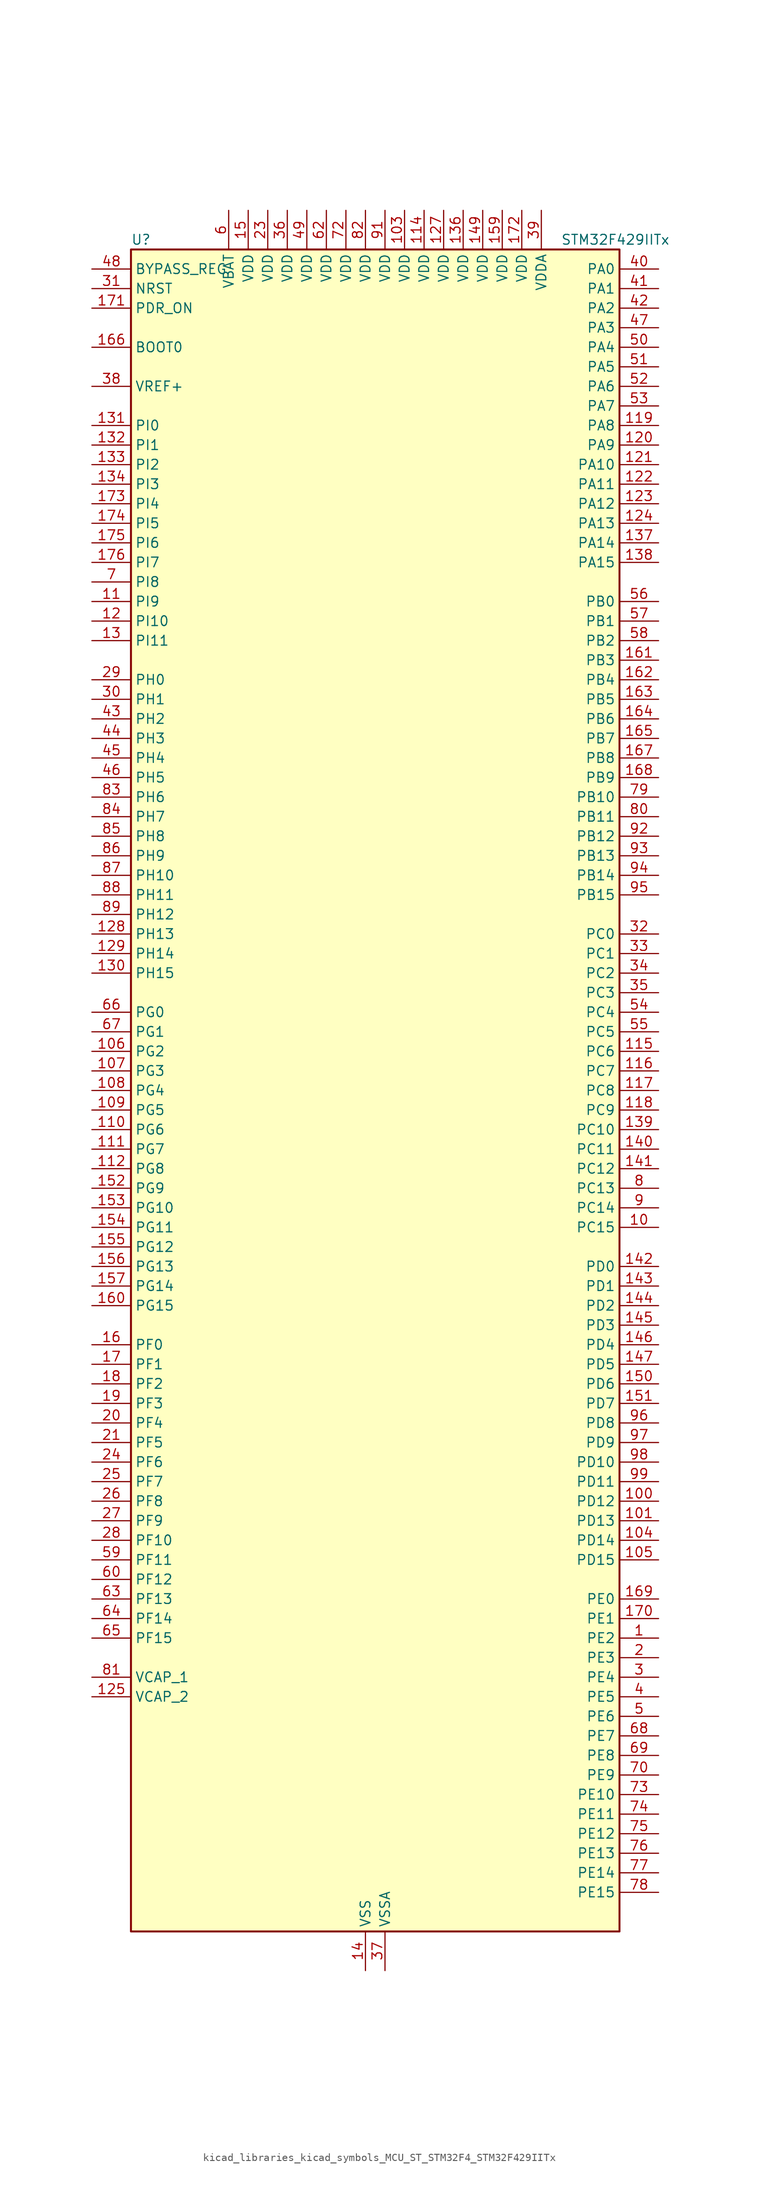
<source format=kicad_sym>
(kicad_symbol_lib
  (version 20220914)
  (generator kicad_symbol_editor)
  (symbol "kicad_libraries_kicad_symbols_MCU_ST_STM32F4_STM32F429IITx"
    (property "Reference" "U"
      (at -30.48 110.49 0)
      (effects (font (size 1.27 1.27)) (justify left)))
    (property "Value" "STM32F429IITx"
      (at 25.4 110.49 0)
      (effects (font (size 1.27 1.27)) (justify left)))
    (property "ki_locked" ""
      (at 0 0 0)
      (effects (font (size 1.27 1.27))))
    (symbol "kicad_libraries_kicad_symbols_MCU_ST_STM32F4_STM32F429IITx_0_1"
      (rectangle (start -30.48 -109.22) (end 33.02 109.22) (stroke (width 0.254) (type default)) (fill (type background))))
    (symbol "kicad_libraries_kicad_symbols_MCU_ST_STM32F4_STM32F429IITx_1_1"
      (pin bidirectional line (at 38.1 -71.12 180) (length 5.08) (name "PE2" (effects (font (size 1.27 1.27)))) (number "1" (effects (font (size 1.27 1.27)))) (alternate "ETH_TXD3" bidirectional line) (alternate "FMC_A23" bidirectional line) (alternate "SAI1_MCLK_A" bidirectional line) (alternate "SPI4_SCK" bidirectional line) (alternate "SYS_TRACECLK" bidirectional line))
      (pin bidirectional line (at 38.1 -17.78 180) (length 5.08) (name "PC15" (effects (font (size 1.27 1.27)))) (number "10" (effects (font (size 1.27 1.27)))) (alternate "ADC1_EXTI15" bidirectional line) (alternate "ADC2_EXTI15" bidirectional line) (alternate "ADC3_EXTI15" bidirectional line) (alternate "RCC_OSC32_OUT" bidirectional line))
      (pin bidirectional line (at 38.1 -53.34 180) (length 5.08) (name "PD12" (effects (font (size 1.27 1.27)))) (number "100" (effects (font (size 1.27 1.27)))) (alternate "FMC_A17" bidirectional line) (alternate "FMC_ALE" bidirectional line) (alternate "TIM4_CH1" bidirectional line) (alternate "USART3_RTS" bidirectional line))
      (pin bidirectional line (at 38.1 -55.88 180) (length 5.08) (name "PD13" (effects (font (size 1.27 1.27)))) (number "101" (effects (font (size 1.27 1.27)))) (alternate "FMC_A18" bidirectional line) (alternate "TIM4_CH2" bidirectional line))
      (pin passive line (at 0 -114.3 90) (length 5.08) hide (name "VSS" (effects (font (size 1.27 1.27)))) (number "102" (effects (font (size 1.27 1.27)))))
      (pin power_in line (at 5.08 114.3 270) (length 5.08) (name "VDD" (effects (font (size 1.27 1.27)))) (number "103" (effects (font (size 1.27 1.27)))))
      (pin bidirectional line (at 38.1 -58.42 180) (length 5.08) (name "PD14" (effects (font (size 1.27 1.27)))) (number "104" (effects (font (size 1.27 1.27)))) (alternate "FMC_D0" bidirectional line) (alternate "FMC_DA0" bidirectional line) (alternate "TIM4_CH3" bidirectional line))
      (pin bidirectional line (at 38.1 -60.96 180) (length 5.08) (name "PD15" (effects (font (size 1.27 1.27)))) (number "105" (effects (font (size 1.27 1.27)))) (alternate "ADC1_EXTI15" bidirectional line) (alternate "ADC2_EXTI15" bidirectional line) (alternate "ADC3_EXTI15" bidirectional line) (alternate "FMC_D1" bidirectional line) (alternate "FMC_DA1" bidirectional line) (alternate "TIM4_CH4" bidirectional line))
      (pin bidirectional line (at -35.56 5.08 0) (length 5.08) (name "PG2" (effects (font (size 1.27 1.27)))) (number "106" (effects (font (size 1.27 1.27)))) (alternate "FMC_A12" bidirectional line))
      (pin bidirectional line (at -35.56 2.54 0) (length 5.08) (name "PG3" (effects (font (size 1.27 1.27)))) (number "107" (effects (font (size 1.27 1.27)))) (alternate "FMC_A13" bidirectional line))
      (pin bidirectional line (at -35.56 0 0) (length 5.08) (name "PG4" (effects (font (size 1.27 1.27)))) (number "108" (effects (font (size 1.27 1.27)))) (alternate "FMC_A14" bidirectional line) (alternate "FMC_BA0" bidirectional line))
      (pin bidirectional line (at -35.56 -2.54 0) (length 5.08) (name "PG5" (effects (font (size 1.27 1.27)))) (number "109" (effects (font (size 1.27 1.27)))) (alternate "FMC_A15" bidirectional line) (alternate "FMC_BA1" bidirectional line))
      (pin bidirectional line (at -35.56 63.5 0) (length 5.08) (name "PI9" (effects (font (size 1.27 1.27)))) (number "11" (effects (font (size 1.27 1.27)))) (alternate "CAN1_RX" bidirectional line) (alternate "DAC_EXTI9" bidirectional line) (alternate "FMC_D30" bidirectional line) (alternate "LTDC_VSYNC" bidirectional line))
      (pin bidirectional line (at -35.56 -5.08 0) (length 5.08) (name "PG6" (effects (font (size 1.27 1.27)))) (number "110" (effects (font (size 1.27 1.27)))) (alternate "DCMI_D12" bidirectional line) (alternate "FMC_INT2" bidirectional line) (alternate "LTDC_R7" bidirectional line))
      (pin bidirectional line (at -35.56 -7.62 0) (length 5.08) (name "PG7" (effects (font (size 1.27 1.27)))) (number "111" (effects (font (size 1.27 1.27)))) (alternate "DCMI_D13" bidirectional line) (alternate "FMC_INT3" bidirectional line) (alternate "LTDC_CLK" bidirectional line) (alternate "USART6_CK" bidirectional line))
      (pin bidirectional line (at -35.56 -10.16 0) (length 5.08) (name "PG8" (effects (font (size 1.27 1.27)))) (number "112" (effects (font (size 1.27 1.27)))) (alternate "ETH_PPS_OUT" bidirectional line) (alternate "FMC_SDCLK" bidirectional line) (alternate "SPI6_NSS" bidirectional line) (alternate "USART6_RTS" bidirectional line))
      (pin passive line (at 0 -114.3 90) (length 5.08) hide (name "VSS" (effects (font (size 1.27 1.27)))) (number "113" (effects (font (size 1.27 1.27)))))
      (pin power_in line (at 7.62 114.3 270) (length 5.08) (name "VDD" (effects (font (size 1.27 1.27)))) (number "114" (effects (font (size 1.27 1.27)))))
      (pin bidirectional line (at 38.1 5.08 180) (length 5.08) (name "PC6" (effects (font (size 1.27 1.27)))) (number "115" (effects (font (size 1.27 1.27)))) (alternate "DCMI_D0" bidirectional line) (alternate "I2S2_MCK" bidirectional line) (alternate "LTDC_HSYNC" bidirectional line) (alternate "SDIO_D6" bidirectional line) (alternate "TIM3_CH1" bidirectional line) (alternate "TIM8_CH1" bidirectional line) (alternate "USART6_TX" bidirectional line))
      (pin bidirectional line (at 38.1 2.54 180) (length 5.08) (name "PC7" (effects (font (size 1.27 1.27)))) (number "116" (effects (font (size 1.27 1.27)))) (alternate "DCMI_D1" bidirectional line) (alternate "I2S3_MCK" bidirectional line) (alternate "LTDC_G6" bidirectional line) (alternate "SDIO_D7" bidirectional line) (alternate "TIM3_CH2" bidirectional line) (alternate "TIM8_CH2" bidirectional line) (alternate "USART6_RX" bidirectional line))
      (pin bidirectional line (at 38.1 0 180) (length 5.08) (name "PC8" (effects (font (size 1.27 1.27)))) (number "117" (effects (font (size 1.27 1.27)))) (alternate "DCMI_D2" bidirectional line) (alternate "SDIO_D0" bidirectional line) (alternate "TIM3_CH3" bidirectional line) (alternate "TIM8_CH3" bidirectional line) (alternate "USART6_CK" bidirectional line))
      (pin bidirectional line (at 38.1 -2.54 180) (length 5.08) (name "PC9" (effects (font (size 1.27 1.27)))) (number "118" (effects (font (size 1.27 1.27)))) (alternate "DAC_EXTI9" bidirectional line) (alternate "DCMI_D3" bidirectional line) (alternate "I2C3_SDA" bidirectional line) (alternate "I2S_CKIN" bidirectional line) (alternate "RCC_MCO_2" bidirectional line) (alternate "SDIO_D1" bidirectional line) (alternate "TIM3_CH4" bidirectional line) (alternate "TIM8_CH4" bidirectional line))
      (pin bidirectional line (at 38.1 86.36 180) (length 5.08) (name "PA8" (effects (font (size 1.27 1.27)))) (number "119" (effects (font (size 1.27 1.27)))) (alternate "I2C3_SCL" bidirectional line) (alternate "LTDC_R6" bidirectional line) (alternate "RCC_MCO_1" bidirectional line) (alternate "TIM1_CH1" bidirectional line) (alternate "USART1_CK" bidirectional line) (alternate "USB_OTG_FS_SOF" bidirectional line))
      (pin bidirectional line (at -35.56 60.96 0) (length 5.08) (name "PI10" (effects (font (size 1.27 1.27)))) (number "12" (effects (font (size 1.27 1.27)))) (alternate "ETH_RX_ER" bidirectional line) (alternate "FMC_D31" bidirectional line) (alternate "LTDC_HSYNC" bidirectional line))
      (pin bidirectional line (at 38.1 83.82 180) (length 5.08) (name "PA9" (effects (font (size 1.27 1.27)))) (number "120" (effects (font (size 1.27 1.27)))) (alternate "DAC_EXTI9" bidirectional line) (alternate "DCMI_D0" bidirectional line) (alternate "I2C3_SMBA" bidirectional line) (alternate "TIM1_CH2" bidirectional line) (alternate "USART1_TX" bidirectional line) (alternate "USB_OTG_FS_VBUS" bidirectional line))
      (pin bidirectional line (at 38.1 81.28 180) (length 5.08) (name "PA10" (effects (font (size 1.27 1.27)))) (number "121" (effects (font (size 1.27 1.27)))) (alternate "DCMI_D1" bidirectional line) (alternate "TIM1_CH3" bidirectional line) (alternate "USART1_RX" bidirectional line) (alternate "USB_OTG_FS_ID" bidirectional line))
      (pin bidirectional line (at 38.1 78.74 180) (length 5.08) (name "PA11" (effects (font (size 1.27 1.27)))) (number "122" (effects (font (size 1.27 1.27)))) (alternate "ADC1_EXTI11" bidirectional line) (alternate "ADC2_EXTI11" bidirectional line) (alternate "ADC3_EXTI11" bidirectional line) (alternate "CAN1_RX" bidirectional line) (alternate "LTDC_R4" bidirectional line) (alternate "TIM1_CH4" bidirectional line) (alternate "USART1_CTS" bidirectional line) (alternate "USB_OTG_FS_DM" bidirectional line))
      (pin bidirectional line (at 38.1 76.2 180) (length 5.08) (name "PA12" (effects (font (size 1.27 1.27)))) (number "123" (effects (font (size 1.27 1.27)))) (alternate "CAN1_TX" bidirectional line) (alternate "LTDC_R5" bidirectional line) (alternate "TIM1_ETR" bidirectional line) (alternate "USART1_RTS" bidirectional line) (alternate "USB_OTG_FS_DP" bidirectional line))
      (pin bidirectional line (at 38.1 73.66 180) (length 5.08) (name "PA13" (effects (font (size 1.27 1.27)))) (number "124" (effects (font (size 1.27 1.27)))) (alternate "SYS_JTMS-SWDIO" bidirectional line))
      (pin power_out line (at -35.56 -78.74 0) (length 5.08) (name "VCAP_2" (effects (font (size 1.27 1.27)))) (number "125" (effects (font (size 1.27 1.27)))))
      (pin passive line (at 0 -114.3 90) (length 5.08) hide (name "VSS" (effects (font (size 1.27 1.27)))) (number "126" (effects (font (size 1.27 1.27)))))
      (pin power_in line (at 10.16 114.3 270) (length 5.08) (name "VDD" (effects (font (size 1.27 1.27)))) (number "127" (effects (font (size 1.27 1.27)))))
      (pin bidirectional line (at -35.56 20.32 0) (length 5.08) (name "PH13" (effects (font (size 1.27 1.27)))) (number "128" (effects (font (size 1.27 1.27)))) (alternate "CAN1_TX" bidirectional line) (alternate "FMC_D21" bidirectional line) (alternate "LTDC_G2" bidirectional line) (alternate "TIM8_CH1N" bidirectional line))
      (pin bidirectional line (at -35.56 17.78 0) (length 5.08) (name "PH14" (effects (font (size 1.27 1.27)))) (number "129" (effects (font (size 1.27 1.27)))) (alternate "DCMI_D4" bidirectional line) (alternate "FMC_D22" bidirectional line) (alternate "LTDC_G3" bidirectional line) (alternate "TIM8_CH2N" bidirectional line))
      (pin bidirectional line (at -35.56 58.42 0) (length 5.08) (name "PI11" (effects (font (size 1.27 1.27)))) (number "13" (effects (font (size 1.27 1.27)))) (alternate "ADC1_EXTI11" bidirectional line) (alternate "ADC2_EXTI11" bidirectional line) (alternate "ADC3_EXTI11" bidirectional line) (alternate "USB_OTG_HS_ULPI_DIR" bidirectional line))
      (pin bidirectional line (at -35.56 15.24 0) (length 5.08) (name "PH15" (effects (font (size 1.27 1.27)))) (number "130" (effects (font (size 1.27 1.27)))) (alternate "ADC1_EXTI15" bidirectional line) (alternate "ADC2_EXTI15" bidirectional line) (alternate "ADC3_EXTI15" bidirectional line) (alternate "DCMI_D11" bidirectional line) (alternate "FMC_D23" bidirectional line) (alternate "LTDC_G4" bidirectional line) (alternate "TIM8_CH3N" bidirectional line))
      (pin bidirectional line (at -35.56 86.36 0) (length 5.08) (name "PI0" (effects (font (size 1.27 1.27)))) (number "131" (effects (font (size 1.27 1.27)))) (alternate "DCMI_D13" bidirectional line) (alternate "FMC_D24" bidirectional line) (alternate "I2S2_WS" bidirectional line) (alternate "LTDC_G5" bidirectional line) (alternate "SPI2_NSS" bidirectional line) (alternate "TIM5_CH4" bidirectional line))
      (pin bidirectional line (at -35.56 83.82 0) (length 5.08) (name "PI1" (effects (font (size 1.27 1.27)))) (number "132" (effects (font (size 1.27 1.27)))) (alternate "DCMI_D8" bidirectional line) (alternate "FMC_D25" bidirectional line) (alternate "I2S2_CK" bidirectional line) (alternate "LTDC_G6" bidirectional line) (alternate "SPI2_SCK" bidirectional line))
      (pin bidirectional line (at -35.56 81.28 0) (length 5.08) (name "PI2" (effects (font (size 1.27 1.27)))) (number "133" (effects (font (size 1.27 1.27)))) (alternate "DCMI_D9" bidirectional line) (alternate "FMC_D26" bidirectional line) (alternate "I2S2_ext_SD" bidirectional line) (alternate "LTDC_G7" bidirectional line) (alternate "SPI2_MISO" bidirectional line) (alternate "TIM8_CH4" bidirectional line))
      (pin bidirectional line (at -35.56 78.74 0) (length 5.08) (name "PI3" (effects (font (size 1.27 1.27)))) (number "134" (effects (font (size 1.27 1.27)))) (alternate "DCMI_D10" bidirectional line) (alternate "FMC_D27" bidirectional line) (alternate "I2S2_SD" bidirectional line) (alternate "SPI2_MOSI" bidirectional line) (alternate "TIM8_ETR" bidirectional line))
      (pin passive line (at 0 -114.3 90) (length 5.08) hide (name "VSS" (effects (font (size 1.27 1.27)))) (number "135" (effects (font (size 1.27 1.27)))))
      (pin power_in line (at 12.7 114.3 270) (length 5.08) (name "VDD" (effects (font (size 1.27 1.27)))) (number "136" (effects (font (size 1.27 1.27)))))
      (pin bidirectional line (at 38.1 71.12 180) (length 5.08) (name "PA14" (effects (font (size 1.27 1.27)))) (number "137" (effects (font (size 1.27 1.27)))) (alternate "SYS_JTCK-SWCLK" bidirectional line))
      (pin bidirectional line (at 38.1 68.58 180) (length 5.08) (name "PA15" (effects (font (size 1.27 1.27)))) (number "138" (effects (font (size 1.27 1.27)))) (alternate "ADC1_EXTI15" bidirectional line) (alternate "ADC2_EXTI15" bidirectional line) (alternate "ADC3_EXTI15" bidirectional line) (alternate "I2S3_WS" bidirectional line) (alternate "SPI1_NSS" bidirectional line) (alternate "SPI3_NSS" bidirectional line) (alternate "SYS_JTDI" bidirectional line) (alternate "TIM2_CH1" bidirectional line) (alternate "TIM2_ETR" bidirectional line))
      (pin bidirectional line (at 38.1 -5.08 180) (length 5.08) (name "PC10" (effects (font (size 1.27 1.27)))) (number "139" (effects (font (size 1.27 1.27)))) (alternate "DCMI_D8" bidirectional line) (alternate "I2S3_CK" bidirectional line) (alternate "LTDC_R2" bidirectional line) (alternate "SDIO_D2" bidirectional line) (alternate "SPI3_SCK" bidirectional line) (alternate "UART4_TX" bidirectional line) (alternate "USART3_TX" bidirectional line))
      (pin power_in line (at 0 -114.3 90) (length 5.08) (name "VSS" (effects (font (size 1.27 1.27)))) (number "14" (effects (font (size 1.27 1.27)))))
      (pin bidirectional line (at 38.1 -7.62 180) (length 5.08) (name "PC11" (effects (font (size 1.27 1.27)))) (number "140" (effects (font (size 1.27 1.27)))) (alternate "ADC1_EXTI11" bidirectional line) (alternate "ADC2_EXTI11" bidirectional line) (alternate "ADC3_EXTI11" bidirectional line) (alternate "DCMI_D4" bidirectional line) (alternate "I2S3_ext_SD" bidirectional line) (alternate "SDIO_D3" bidirectional line) (alternate "SPI3_MISO" bidirectional line) (alternate "UART4_RX" bidirectional line) (alternate "USART3_RX" bidirectional line))
      (pin bidirectional line (at 38.1 -10.16 180) (length 5.08) (name "PC12" (effects (font (size 1.27 1.27)))) (number "141" (effects (font (size 1.27 1.27)))) (alternate "DCMI_D9" bidirectional line) (alternate "I2S3_SD" bidirectional line) (alternate "SDIO_CK" bidirectional line) (alternate "SPI3_MOSI" bidirectional line) (alternate "UART5_TX" bidirectional line) (alternate "USART3_CK" bidirectional line))
      (pin bidirectional line (at 38.1 -22.86 180) (length 5.08) (name "PD0" (effects (font (size 1.27 1.27)))) (number "142" (effects (font (size 1.27 1.27)))) (alternate "CAN1_RX" bidirectional line) (alternate "FMC_D2" bidirectional line) (alternate "FMC_DA2" bidirectional line))
      (pin bidirectional line (at 38.1 -25.4 180) (length 5.08) (name "PD1" (effects (font (size 1.27 1.27)))) (number "143" (effects (font (size 1.27 1.27)))) (alternate "CAN1_TX" bidirectional line) (alternate "FMC_D3" bidirectional line) (alternate "FMC_DA3" bidirectional line))
      (pin bidirectional line (at 38.1 -27.94 180) (length 5.08) (name "PD2" (effects (font (size 1.27 1.27)))) (number "144" (effects (font (size 1.27 1.27)))) (alternate "DCMI_D11" bidirectional line) (alternate "SDIO_CMD" bidirectional line) (alternate "TIM3_ETR" bidirectional line) (alternate "UART5_RX" bidirectional line))
      (pin bidirectional line (at 38.1 -30.48 180) (length 5.08) (name "PD3" (effects (font (size 1.27 1.27)))) (number "145" (effects (font (size 1.27 1.27)))) (alternate "DCMI_D5" bidirectional line) (alternate "FMC_CLK" bidirectional line) (alternate "I2S2_CK" bidirectional line) (alternate "LTDC_G7" bidirectional line) (alternate "SPI2_SCK" bidirectional line) (alternate "USART2_CTS" bidirectional line))
      (pin bidirectional line (at 38.1 -33.02 180) (length 5.08) (name "PD4" (effects (font (size 1.27 1.27)))) (number "146" (effects (font (size 1.27 1.27)))) (alternate "FMC_NOE" bidirectional line) (alternate "USART2_RTS" bidirectional line))
      (pin bidirectional line (at 38.1 -35.56 180) (length 5.08) (name "PD5" (effects (font (size 1.27 1.27)))) (number "147" (effects (font (size 1.27 1.27)))) (alternate "FMC_NWE" bidirectional line) (alternate "USART2_TX" bidirectional line))
      (pin passive line (at 0 -114.3 90) (length 5.08) hide (name "VSS" (effects (font (size 1.27 1.27)))) (number "148" (effects (font (size 1.27 1.27)))))
      (pin power_in line (at 15.24 114.3 270) (length 5.08) (name "VDD" (effects (font (size 1.27 1.27)))) (number "149" (effects (font (size 1.27 1.27)))))
      (pin power_in line (at -15.24 114.3 270) (length 5.08) (name "VDD" (effects (font (size 1.27 1.27)))) (number "15" (effects (font (size 1.27 1.27)))))
      (pin bidirectional line (at 38.1 -38.1 180) (length 5.08) (name "PD6" (effects (font (size 1.27 1.27)))) (number "150" (effects (font (size 1.27 1.27)))) (alternate "DCMI_D10" bidirectional line) (alternate "FMC_NWAIT" bidirectional line) (alternate "I2S3_SD" bidirectional line) (alternate "LTDC_B2" bidirectional line) (alternate "SAI1_SD_A" bidirectional line) (alternate "SPI3_MOSI" bidirectional line) (alternate "USART2_RX" bidirectional line))
      (pin bidirectional line (at 38.1 -40.64 180) (length 5.08) (name "PD7" (effects (font (size 1.27 1.27)))) (number "151" (effects (font (size 1.27 1.27)))) (alternate "FMC_NCE2" bidirectional line) (alternate "FMC_NE1" bidirectional line) (alternate "USART2_CK" bidirectional line))
      (pin bidirectional line (at -35.56 -12.7 0) (length 5.08) (name "PG9" (effects (font (size 1.27 1.27)))) (number "152" (effects (font (size 1.27 1.27)))) (alternate "DAC_EXTI9" bidirectional line) (alternate "DCMI_VSYNC" bidirectional line) (alternate "FMC_NCE3" bidirectional line) (alternate "FMC_NE2" bidirectional line) (alternate "USART6_RX" bidirectional line))
      (pin bidirectional line (at -35.56 -15.24 0) (length 5.08) (name "PG10" (effects (font (size 1.27 1.27)))) (number "153" (effects (font (size 1.27 1.27)))) (alternate "DCMI_D2" bidirectional line) (alternate "FMC_NCE4_1" bidirectional line) (alternate "FMC_NE3" bidirectional line) (alternate "LTDC_B2" bidirectional line) (alternate "LTDC_G3" bidirectional line))
      (pin bidirectional line (at -35.56 -17.78 0) (length 5.08) (name "PG11" (effects (font (size 1.27 1.27)))) (number "154" (effects (font (size 1.27 1.27)))) (alternate "ADC1_EXTI11" bidirectional line) (alternate "ADC2_EXTI11" bidirectional line) (alternate "ADC3_EXTI11" bidirectional line) (alternate "DCMI_D3" bidirectional line) (alternate "ETH_TX_EN" bidirectional line) (alternate "FMC_NCE4_2" bidirectional line) (alternate "LTDC_B3" bidirectional line))
      (pin bidirectional line (at -35.56 -20.32 0) (length 5.08) (name "PG12" (effects (font (size 1.27 1.27)))) (number "155" (effects (font (size 1.27 1.27)))) (alternate "FMC_NE4" bidirectional line) (alternate "LTDC_B1" bidirectional line) (alternate "LTDC_B4" bidirectional line) (alternate "SPI6_MISO" bidirectional line) (alternate "USART6_RTS" bidirectional line))
      (pin bidirectional line (at -35.56 -22.86 0) (length 5.08) (name "PG13" (effects (font (size 1.27 1.27)))) (number "156" (effects (font (size 1.27 1.27)))) (alternate "ETH_TXD0" bidirectional line) (alternate "FMC_A24" bidirectional line) (alternate "SPI6_SCK" bidirectional line) (alternate "USART6_CTS" bidirectional line))
      (pin bidirectional line (at -35.56 -25.4 0) (length 5.08) (name "PG14" (effects (font (size 1.27 1.27)))) (number "157" (effects (font (size 1.27 1.27)))) (alternate "ETH_TXD1" bidirectional line) (alternate "FMC_A25" bidirectional line) (alternate "SPI6_MOSI" bidirectional line) (alternate "USART6_TX" bidirectional line))
      (pin passive line (at 0 -114.3 90) (length 5.08) hide (name "VSS" (effects (font (size 1.27 1.27)))) (number "158" (effects (font (size 1.27 1.27)))))
      (pin power_in line (at 17.78 114.3 270) (length 5.08) (name "VDD" (effects (font (size 1.27 1.27)))) (number "159" (effects (font (size 1.27 1.27)))))
      (pin bidirectional line (at -35.56 -33.02 0) (length 5.08) (name "PF0" (effects (font (size 1.27 1.27)))) (number "16" (effects (font (size 1.27 1.27)))) (alternate "FMC_A0" bidirectional line) (alternate "I2C2_SDA" bidirectional line))
      (pin bidirectional line (at -35.56 -27.94 0) (length 5.08) (name "PG15" (effects (font (size 1.27 1.27)))) (number "160" (effects (font (size 1.27 1.27)))) (alternate "ADC1_EXTI15" bidirectional line) (alternate "ADC2_EXTI15" bidirectional line) (alternate "ADC3_EXTI15" bidirectional line) (alternate "DCMI_D13" bidirectional line) (alternate "FMC_SDNCAS" bidirectional line) (alternate "USART6_CTS" bidirectional line))
      (pin bidirectional line (at 38.1 55.88 180) (length 5.08) (name "PB3" (effects (font (size 1.27 1.27)))) (number "161" (effects (font (size 1.27 1.27)))) (alternate "I2S3_CK" bidirectional line) (alternate "SPI1_SCK" bidirectional line) (alternate "SPI3_SCK" bidirectional line) (alternate "SYS_JTDO-SWO" bidirectional line) (alternate "TIM2_CH2" bidirectional line))
      (pin bidirectional line (at 38.1 53.34 180) (length 5.08) (name "PB4" (effects (font (size 1.27 1.27)))) (number "162" (effects (font (size 1.27 1.27)))) (alternate "I2S3_ext_SD" bidirectional line) (alternate "SPI1_MISO" bidirectional line) (alternate "SPI3_MISO" bidirectional line) (alternate "SYS_JTRST" bidirectional line) (alternate "TIM3_CH1" bidirectional line))
      (pin bidirectional line (at 38.1 50.8 180) (length 5.08) (name "PB5" (effects (font (size 1.27 1.27)))) (number "163" (effects (font (size 1.27 1.27)))) (alternate "CAN2_RX" bidirectional line) (alternate "DCMI_D10" bidirectional line) (alternate "ETH_PPS_OUT" bidirectional line) (alternate "FMC_SDCKE1" bidirectional line) (alternate "I2C1_SMBA" bidirectional line) (alternate "I2S3_SD" bidirectional line) (alternate "SPI1_MOSI" bidirectional line) (alternate "SPI3_MOSI" bidirectional line) (alternate "TIM3_CH2" bidirectional line) (alternate "USB_OTG_HS_ULPI_D7" bidirectional line))
      (pin bidirectional line (at 38.1 48.26 180) (length 5.08) (name "PB6" (effects (font (size 1.27 1.27)))) (number "164" (effects (font (size 1.27 1.27)))) (alternate "CAN2_TX" bidirectional line) (alternate "DCMI_D5" bidirectional line) (alternate "FMC_SDNE1" bidirectional line) (alternate "I2C1_SCL" bidirectional line) (alternate "TIM4_CH1" bidirectional line) (alternate "USART1_TX" bidirectional line))
      (pin bidirectional line (at 38.1 45.72 180) (length 5.08) (name "PB7" (effects (font (size 1.27 1.27)))) (number "165" (effects (font (size 1.27 1.27)))) (alternate "DCMI_VSYNC" bidirectional line) (alternate "FMC_NL" bidirectional line) (alternate "I2C1_SDA" bidirectional line) (alternate "TIM4_CH2" bidirectional line) (alternate "USART1_RX" bidirectional line))
      (pin input line (at -35.56 96.52 0) (length 5.08) (name "BOOT0" (effects (font (size 1.27 1.27)))) (number "166" (effects (font (size 1.27 1.27)))))
      (pin bidirectional line (at 38.1 43.18 180) (length 5.08) (name "PB8" (effects (font (size 1.27 1.27)))) (number "167" (effects (font (size 1.27 1.27)))) (alternate "CAN1_RX" bidirectional line) (alternate "DCMI_D6" bidirectional line) (alternate "ETH_TXD3" bidirectional line) (alternate "I2C1_SCL" bidirectional line) (alternate "LTDC_B6" bidirectional line) (alternate "SDIO_D4" bidirectional line) (alternate "TIM10_CH1" bidirectional line) (alternate "TIM4_CH3" bidirectional line))
      (pin bidirectional line (at 38.1 40.64 180) (length 5.08) (name "PB9" (effects (font (size 1.27 1.27)))) (number "168" (effects (font (size 1.27 1.27)))) (alternate "CAN1_TX" bidirectional line) (alternate "DAC_EXTI9" bidirectional line) (alternate "DCMI_D7" bidirectional line) (alternate "I2C1_SDA" bidirectional line) (alternate "I2S2_WS" bidirectional line) (alternate "LTDC_B7" bidirectional line) (alternate "SDIO_D5" bidirectional line) (alternate "SPI2_NSS" bidirectional line) (alternate "TIM11_CH1" bidirectional line) (alternate "TIM4_CH4" bidirectional line))
      (pin bidirectional line (at 38.1 -66.04 180) (length 5.08) (name "PE0" (effects (font (size 1.27 1.27)))) (number "169" (effects (font (size 1.27 1.27)))) (alternate "DCMI_D2" bidirectional line) (alternate "FMC_NBL0" bidirectional line) (alternate "TIM4_ETR" bidirectional line) (alternate "UART8_RX" bidirectional line))
      (pin bidirectional line (at -35.56 -35.56 0) (length 5.08) (name "PF1" (effects (font (size 1.27 1.27)))) (number "17" (effects (font (size 1.27 1.27)))) (alternate "FMC_A1" bidirectional line) (alternate "I2C2_SCL" bidirectional line))
      (pin bidirectional line (at 38.1 -68.58 180) (length 5.08) (name "PE1" (effects (font (size 1.27 1.27)))) (number "170" (effects (font (size 1.27 1.27)))) (alternate "DCMI_D3" bidirectional line) (alternate "FMC_NBL1" bidirectional line) (alternate "UART8_TX" bidirectional line))
      (pin input line (at -35.56 101.6 0) (length 5.08) (name "PDR_ON" (effects (font (size 1.27 1.27)))) (number "171" (effects (font (size 1.27 1.27)))))
      (pin power_in line (at 20.32 114.3 270) (length 5.08) (name "VDD" (effects (font (size 1.27 1.27)))) (number "172" (effects (font (size 1.27 1.27)))))
      (pin bidirectional line (at -35.56 76.2 0) (length 5.08) (name "PI4" (effects (font (size 1.27 1.27)))) (number "173" (effects (font (size 1.27 1.27)))) (alternate "DCMI_D5" bidirectional line) (alternate "FMC_NBL2" bidirectional line) (alternate "LTDC_B4" bidirectional line) (alternate "TIM8_BKIN" bidirectional line))
      (pin bidirectional line (at -35.56 73.66 0) (length 5.08) (name "PI5" (effects (font (size 1.27 1.27)))) (number "174" (effects (font (size 1.27 1.27)))) (alternate "DCMI_VSYNC" bidirectional line) (alternate "FMC_NBL3" bidirectional line) (alternate "LTDC_B5" bidirectional line) (alternate "TIM8_CH1" bidirectional line))
      (pin bidirectional line (at -35.56 71.12 0) (length 5.08) (name "PI6" (effects (font (size 1.27 1.27)))) (number "175" (effects (font (size 1.27 1.27)))) (alternate "DCMI_D6" bidirectional line) (alternate "FMC_D28" bidirectional line) (alternate "LTDC_B6" bidirectional line) (alternate "TIM8_CH2" bidirectional line))
      (pin bidirectional line (at -35.56 68.58 0) (length 5.08) (name "PI7" (effects (font (size 1.27 1.27)))) (number "176" (effects (font (size 1.27 1.27)))) (alternate "DCMI_D7" bidirectional line) (alternate "FMC_D29" bidirectional line) (alternate "LTDC_B7" bidirectional line) (alternate "TIM8_CH3" bidirectional line))
      (pin bidirectional line (at -35.56 -38.1 0) (length 5.08) (name "PF2" (effects (font (size 1.27 1.27)))) (number "18" (effects (font (size 1.27 1.27)))) (alternate "FMC_A2" bidirectional line) (alternate "I2C2_SMBA" bidirectional line))
      (pin bidirectional line (at -35.56 -40.64 0) (length 5.08) (name "PF3" (effects (font (size 1.27 1.27)))) (number "19" (effects (font (size 1.27 1.27)))) (alternate "ADC3_IN9" bidirectional line) (alternate "FMC_A3" bidirectional line))
      (pin bidirectional line (at 38.1 -73.66 180) (length 5.08) (name "PE3" (effects (font (size 1.27 1.27)))) (number "2" (effects (font (size 1.27 1.27)))) (alternate "FMC_A19" bidirectional line) (alternate "SAI1_SD_B" bidirectional line) (alternate "SYS_TRACED0" bidirectional line))
      (pin bidirectional line (at -35.56 -43.18 0) (length 5.08) (name "PF4" (effects (font (size 1.27 1.27)))) (number "20" (effects (font (size 1.27 1.27)))) (alternate "ADC3_IN14" bidirectional line) (alternate "FMC_A4" bidirectional line))
      (pin bidirectional line (at -35.56 -45.72 0) (length 5.08) (name "PF5" (effects (font (size 1.27 1.27)))) (number "21" (effects (font (size 1.27 1.27)))) (alternate "ADC3_IN15" bidirectional line) (alternate "FMC_A5" bidirectional line))
      (pin passive line (at 0 -114.3 90) (length 5.08) hide (name "VSS" (effects (font (size 1.27 1.27)))) (number "22" (effects (font (size 1.27 1.27)))))
      (pin power_in line (at -12.7 114.3 270) (length 5.08) (name "VDD" (effects (font (size 1.27 1.27)))) (number "23" (effects (font (size 1.27 1.27)))))
      (pin bidirectional line (at -35.56 -48.26 0) (length 5.08) (name "PF6" (effects (font (size 1.27 1.27)))) (number "24" (effects (font (size 1.27 1.27)))) (alternate "ADC3_IN4" bidirectional line) (alternate "FMC_NIORD" bidirectional line) (alternate "SAI1_SD_B" bidirectional line) (alternate "SPI5_NSS" bidirectional line) (alternate "TIM10_CH1" bidirectional line) (alternate "UART7_RX" bidirectional line))
      (pin bidirectional line (at -35.56 -50.8 0) (length 5.08) (name "PF7" (effects (font (size 1.27 1.27)))) (number "25" (effects (font (size 1.27 1.27)))) (alternate "ADC3_IN5" bidirectional line) (alternate "FMC_NREG" bidirectional line) (alternate "SAI1_MCLK_B" bidirectional line) (alternate "SPI5_SCK" bidirectional line) (alternate "TIM11_CH1" bidirectional line) (alternate "UART7_TX" bidirectional line))
      (pin bidirectional line (at -35.56 -53.34 0) (length 5.08) (name "PF8" (effects (font (size 1.27 1.27)))) (number "26" (effects (font (size 1.27 1.27)))) (alternate "ADC3_IN6" bidirectional line) (alternate "FMC_NIOWR" bidirectional line) (alternate "SAI1_SCK_B" bidirectional line) (alternate "SPI5_MISO" bidirectional line) (alternate "TIM13_CH1" bidirectional line))
      (pin bidirectional line (at -35.56 -55.88 0) (length 5.08) (name "PF9" (effects (font (size 1.27 1.27)))) (number "27" (effects (font (size 1.27 1.27)))) (alternate "ADC3_IN7" bidirectional line) (alternate "DAC_EXTI9" bidirectional line) (alternate "FMC_CD" bidirectional line) (alternate "SAI1_FS_B" bidirectional line) (alternate "SPI5_MOSI" bidirectional line) (alternate "TIM14_CH1" bidirectional line))
      (pin bidirectional line (at -35.56 -58.42 0) (length 5.08) (name "PF10" (effects (font (size 1.27 1.27)))) (number "28" (effects (font (size 1.27 1.27)))) (alternate "ADC3_IN8" bidirectional line) (alternate "DCMI_D11" bidirectional line) (alternate "FMC_INTR" bidirectional line) (alternate "LTDC_DE" bidirectional line))
      (pin bidirectional line (at -35.56 53.34 0) (length 5.08) (name "PH0" (effects (font (size 1.27 1.27)))) (number "29" (effects (font (size 1.27 1.27)))) (alternate "RCC_OSC_IN" bidirectional line))
      (pin bidirectional line (at 38.1 -76.2 180) (length 5.08) (name "PE4" (effects (font (size 1.27 1.27)))) (number "3" (effects (font (size 1.27 1.27)))) (alternate "DCMI_D4" bidirectional line) (alternate "FMC_A20" bidirectional line) (alternate "LTDC_B0" bidirectional line) (alternate "SAI1_FS_A" bidirectional line) (alternate "SPI4_NSS" bidirectional line) (alternate "SYS_TRACED1" bidirectional line))
      (pin bidirectional line (at -35.56 50.8 0) (length 5.08) (name "PH1" (effects (font (size 1.27 1.27)))) (number "30" (effects (font (size 1.27 1.27)))) (alternate "RCC_OSC_OUT" bidirectional line))
      (pin input line (at -35.56 104.14 0) (length 5.08) (name "NRST" (effects (font (size 1.27 1.27)))) (number "31" (effects (font (size 1.27 1.27)))))
      (pin bidirectional line (at 38.1 20.32 180) (length 5.08) (name "PC0" (effects (font (size 1.27 1.27)))) (number "32" (effects (font (size 1.27 1.27)))) (alternate "ADC1_IN10" bidirectional line) (alternate "ADC2_IN10" bidirectional line) (alternate "ADC3_IN10" bidirectional line) (alternate "FMC_SDNWE" bidirectional line) (alternate "USB_OTG_HS_ULPI_STP" bidirectional line))
      (pin bidirectional line (at 38.1 17.78 180) (length 5.08) (name "PC1" (effects (font (size 1.27 1.27)))) (number "33" (effects (font (size 1.27 1.27)))) (alternate "ADC1_IN11" bidirectional line) (alternate "ADC2_IN11" bidirectional line) (alternate "ADC3_IN11" bidirectional line) (alternate "ETH_MDC" bidirectional line))
      (pin bidirectional line (at 38.1 15.24 180) (length 5.08) (name "PC2" (effects (font (size 1.27 1.27)))) (number "34" (effects (font (size 1.27 1.27)))) (alternate "ADC1_IN12" bidirectional line) (alternate "ADC2_IN12" bidirectional line) (alternate "ADC3_IN12" bidirectional line) (alternate "ETH_TXD2" bidirectional line) (alternate "FMC_SDNE0" bidirectional line) (alternate "I2S2_ext_SD" bidirectional line) (alternate "SPI2_MISO" bidirectional line) (alternate "USB_OTG_HS_ULPI_DIR" bidirectional line))
      (pin bidirectional line (at 38.1 12.7 180) (length 5.08) (name "PC3" (effects (font (size 1.27 1.27)))) (number "35" (effects (font (size 1.27 1.27)))) (alternate "ADC1_IN13" bidirectional line) (alternate "ADC2_IN13" bidirectional line) (alternate "ADC3_IN13" bidirectional line) (alternate "ETH_TX_CLK" bidirectional line) (alternate "FMC_SDCKE0" bidirectional line) (alternate "I2S2_SD" bidirectional line) (alternate "SPI2_MOSI" bidirectional line) (alternate "USB_OTG_HS_ULPI_NXT" bidirectional line))
      (pin power_in line (at -10.16 114.3 270) (length 5.08) (name "VDD" (effects (font (size 1.27 1.27)))) (number "36" (effects (font (size 1.27 1.27)))))
      (pin power_in line (at 2.54 -114.3 90) (length 5.08) (name "VSSA" (effects (font (size 1.27 1.27)))) (number "37" (effects (font (size 1.27 1.27)))))
      (pin input line (at -35.56 91.44 0) (length 5.08) (name "VREF+" (effects (font (size 1.27 1.27)))) (number "38" (effects (font (size 1.27 1.27)))))
      (pin power_in line (at 22.86 114.3 270) (length 5.08) (name "VDDA" (effects (font (size 1.27 1.27)))) (number "39" (effects (font (size 1.27 1.27)))))
      (pin bidirectional line (at 38.1 -78.74 180) (length 5.08) (name "PE5" (effects (font (size 1.27 1.27)))) (number "4" (effects (font (size 1.27 1.27)))) (alternate "DCMI_D6" bidirectional line) (alternate "FMC_A21" bidirectional line) (alternate "LTDC_G0" bidirectional line) (alternate "SAI1_SCK_A" bidirectional line) (alternate "SPI4_MISO" bidirectional line) (alternate "SYS_TRACED2" bidirectional line) (alternate "TIM9_CH1" bidirectional line))
      (pin bidirectional line (at 38.1 106.68 180) (length 5.08) (name "PA0" (effects (font (size 1.27 1.27)))) (number "40" (effects (font (size 1.27 1.27)))) (alternate "ADC1_IN0" bidirectional line) (alternate "ADC2_IN0" bidirectional line) (alternate "ADC3_IN0" bidirectional line) (alternate "ETH_CRS" bidirectional line) (alternate "SYS_WKUP" bidirectional line) (alternate "TIM2_CH1" bidirectional line) (alternate "TIM2_ETR" bidirectional line) (alternate "TIM5_CH1" bidirectional line) (alternate "TIM8_ETR" bidirectional line) (alternate "UART4_TX" bidirectional line) (alternate "USART2_CTS" bidirectional line))
      (pin bidirectional line (at 38.1 104.14 180) (length 5.08) (name "PA1" (effects (font (size 1.27 1.27)))) (number "41" (effects (font (size 1.27 1.27)))) (alternate "ADC1_IN1" bidirectional line) (alternate "ADC2_IN1" bidirectional line) (alternate "ADC3_IN1" bidirectional line) (alternate "ETH_REF_CLK" bidirectional line) (alternate "ETH_RX_CLK" bidirectional line) (alternate "TIM2_CH2" bidirectional line) (alternate "TIM5_CH2" bidirectional line) (alternate "UART4_RX" bidirectional line) (alternate "USART2_RTS" bidirectional line))
      (pin bidirectional line (at 38.1 101.6 180) (length 5.08) (name "PA2" (effects (font (size 1.27 1.27)))) (number "42" (effects (font (size 1.27 1.27)))) (alternate "ADC1_IN2" bidirectional line) (alternate "ADC2_IN2" bidirectional line) (alternate "ADC3_IN2" bidirectional line) (alternate "ETH_MDIO" bidirectional line) (alternate "TIM2_CH3" bidirectional line) (alternate "TIM5_CH3" bidirectional line) (alternate "TIM9_CH1" bidirectional line) (alternate "USART2_TX" bidirectional line))
      (pin bidirectional line (at -35.56 48.26 0) (length 5.08) (name "PH2" (effects (font (size 1.27 1.27)))) (number "43" (effects (font (size 1.27 1.27)))) (alternate "ETH_CRS" bidirectional line) (alternate "FMC_SDCKE0" bidirectional line) (alternate "LTDC_R0" bidirectional line))
      (pin bidirectional line (at -35.56 45.72 0) (length 5.08) (name "PH3" (effects (font (size 1.27 1.27)))) (number "44" (effects (font (size 1.27 1.27)))) (alternate "ETH_COL" bidirectional line) (alternate "FMC_SDNE0" bidirectional line) (alternate "LTDC_R1" bidirectional line))
      (pin bidirectional line (at -35.56 43.18 0) (length 5.08) (name "PH4" (effects (font (size 1.27 1.27)))) (number "45" (effects (font (size 1.27 1.27)))) (alternate "I2C2_SCL" bidirectional line) (alternate "USB_OTG_HS_ULPI_NXT" bidirectional line))
      (pin bidirectional line (at -35.56 40.64 0) (length 5.08) (name "PH5" (effects (font (size 1.27 1.27)))) (number "46" (effects (font (size 1.27 1.27)))) (alternate "FMC_SDNWE" bidirectional line) (alternate "I2C2_SDA" bidirectional line) (alternate "SPI5_NSS" bidirectional line))
      (pin bidirectional line (at 38.1 99.06 180) (length 5.08) (name "PA3" (effects (font (size 1.27 1.27)))) (number "47" (effects (font (size 1.27 1.27)))) (alternate "ADC1_IN3" bidirectional line) (alternate "ADC2_IN3" bidirectional line) (alternate "ADC3_IN3" bidirectional line) (alternate "ETH_COL" bidirectional line) (alternate "LTDC_B5" bidirectional line) (alternate "TIM2_CH4" bidirectional line) (alternate "TIM5_CH4" bidirectional line) (alternate "TIM9_CH2" bidirectional line) (alternate "USART2_RX" bidirectional line) (alternate "USB_OTG_HS_ULPI_D0" bidirectional line))
      (pin input line (at -35.56 106.68 0) (length 5.08) (name "BYPASS_REG" (effects (font (size 1.27 1.27)))) (number "48" (effects (font (size 1.27 1.27)))))
      (pin power_in line (at -7.62 114.3 270) (length 5.08) (name "VDD" (effects (font (size 1.27 1.27)))) (number "49" (effects (font (size 1.27 1.27)))))
      (pin bidirectional line (at 38.1 -81.28 180) (length 5.08) (name "PE6" (effects (font (size 1.27 1.27)))) (number "5" (effects (font (size 1.27 1.27)))) (alternate "DCMI_D7" bidirectional line) (alternate "FMC_A22" bidirectional line) (alternate "LTDC_G1" bidirectional line) (alternate "SAI1_SD_A" bidirectional line) (alternate "SPI4_MOSI" bidirectional line) (alternate "SYS_TRACED3" bidirectional line) (alternate "TIM9_CH2" bidirectional line))
      (pin bidirectional line (at 38.1 96.52 180) (length 5.08) (name "PA4" (effects (font (size 1.27 1.27)))) (number "50" (effects (font (size 1.27 1.27)))) (alternate "ADC1_IN4" bidirectional line) (alternate "ADC2_IN4" bidirectional line) (alternate "DAC_OUT1" bidirectional line) (alternate "DCMI_HSYNC" bidirectional line) (alternate "I2S3_WS" bidirectional line) (alternate "LTDC_VSYNC" bidirectional line) (alternate "SPI1_NSS" bidirectional line) (alternate "SPI3_NSS" bidirectional line) (alternate "USART2_CK" bidirectional line) (alternate "USB_OTG_HS_SOF" bidirectional line))
      (pin bidirectional line (at 38.1 93.98 180) (length 5.08) (name "PA5" (effects (font (size 1.27 1.27)))) (number "51" (effects (font (size 1.27 1.27)))) (alternate "ADC1_IN5" bidirectional line) (alternate "ADC2_IN5" bidirectional line) (alternate "DAC_OUT2" bidirectional line) (alternate "SPI1_SCK" bidirectional line) (alternate "TIM2_CH1" bidirectional line) (alternate "TIM2_ETR" bidirectional line) (alternate "TIM8_CH1N" bidirectional line) (alternate "USB_OTG_HS_ULPI_CK" bidirectional line))
      (pin bidirectional line (at 38.1 91.44 180) (length 5.08) (name "PA6" (effects (font (size 1.27 1.27)))) (number "52" (effects (font (size 1.27 1.27)))) (alternate "ADC1_IN6" bidirectional line) (alternate "ADC2_IN6" bidirectional line) (alternate "DCMI_PIXCLK" bidirectional line) (alternate "LTDC_G2" bidirectional line) (alternate "SPI1_MISO" bidirectional line) (alternate "TIM13_CH1" bidirectional line) (alternate "TIM1_BKIN" bidirectional line) (alternate "TIM3_CH1" bidirectional line) (alternate "TIM8_BKIN" bidirectional line))
      (pin bidirectional line (at 38.1 88.9 180) (length 5.08) (name "PA7" (effects (font (size 1.27 1.27)))) (number "53" (effects (font (size 1.27 1.27)))) (alternate "ADC1_IN7" bidirectional line) (alternate "ADC2_IN7" bidirectional line) (alternate "ETH_CRS_DV" bidirectional line) (alternate "ETH_RX_DV" bidirectional line) (alternate "SPI1_MOSI" bidirectional line) (alternate "TIM14_CH1" bidirectional line) (alternate "TIM1_CH1N" bidirectional line) (alternate "TIM3_CH2" bidirectional line) (alternate "TIM8_CH1N" bidirectional line))
      (pin bidirectional line (at 38.1 10.16 180) (length 5.08) (name "PC4" (effects (font (size 1.27 1.27)))) (number "54" (effects (font (size 1.27 1.27)))) (alternate "ADC1_IN14" bidirectional line) (alternate "ADC2_IN14" bidirectional line) (alternate "ETH_RXD0" bidirectional line))
      (pin bidirectional line (at 38.1 7.62 180) (length 5.08) (name "PC5" (effects (font (size 1.27 1.27)))) (number "55" (effects (font (size 1.27 1.27)))) (alternate "ADC1_IN15" bidirectional line) (alternate "ADC2_IN15" bidirectional line) (alternate "ETH_RXD1" bidirectional line))
      (pin bidirectional line (at 38.1 63.5 180) (length 5.08) (name "PB0" (effects (font (size 1.27 1.27)))) (number "56" (effects (font (size 1.27 1.27)))) (alternate "ADC1_IN8" bidirectional line) (alternate "ADC2_IN8" bidirectional line) (alternate "ETH_RXD2" bidirectional line) (alternate "LTDC_R3" bidirectional line) (alternate "TIM1_CH2N" bidirectional line) (alternate "TIM3_CH3" bidirectional line) (alternate "TIM8_CH2N" bidirectional line) (alternate "USB_OTG_HS_ULPI_D1" bidirectional line))
      (pin bidirectional line (at 38.1 60.96 180) (length 5.08) (name "PB1" (effects (font (size 1.27 1.27)))) (number "57" (effects (font (size 1.27 1.27)))) (alternate "ADC1_IN9" bidirectional line) (alternate "ADC2_IN9" bidirectional line) (alternate "ETH_RXD3" bidirectional line) (alternate "LTDC_R6" bidirectional line) (alternate "TIM1_CH3N" bidirectional line) (alternate "TIM3_CH4" bidirectional line) (alternate "TIM8_CH3N" bidirectional line) (alternate "USB_OTG_HS_ULPI_D2" bidirectional line))
      (pin bidirectional line (at 38.1 58.42 180) (length 5.08) (name "PB2" (effects (font (size 1.27 1.27)))) (number "58" (effects (font (size 1.27 1.27)))))
      (pin bidirectional line (at -35.56 -60.96 0) (length 5.08) (name "PF11" (effects (font (size 1.27 1.27)))) (number "59" (effects (font (size 1.27 1.27)))) (alternate "ADC1_EXTI11" bidirectional line) (alternate "ADC2_EXTI11" bidirectional line) (alternate "ADC3_EXTI11" bidirectional line) (alternate "DCMI_D12" bidirectional line) (alternate "FMC_SDNRAS" bidirectional line) (alternate "SPI5_MOSI" bidirectional line))
      (pin power_in line (at -17.78 114.3 270) (length 5.08) (name "VBAT" (effects (font (size 1.27 1.27)))) (number "6" (effects (font (size 1.27 1.27)))))
      (pin bidirectional line (at -35.56 -63.5 0) (length 5.08) (name "PF12" (effects (font (size 1.27 1.27)))) (number "60" (effects (font (size 1.27 1.27)))) (alternate "FMC_A6" bidirectional line))
      (pin passive line (at 0 -114.3 90) (length 5.08) hide (name "VSS" (effects (font (size 1.27 1.27)))) (number "61" (effects (font (size 1.27 1.27)))))
      (pin power_in line (at -5.08 114.3 270) (length 5.08) (name "VDD" (effects (font (size 1.27 1.27)))) (number "62" (effects (font (size 1.27 1.27)))))
      (pin bidirectional line (at -35.56 -66.04 0) (length 5.08) (name "PF13" (effects (font (size 1.27 1.27)))) (number "63" (effects (font (size 1.27 1.27)))) (alternate "FMC_A7" bidirectional line))
      (pin bidirectional line (at -35.56 -68.58 0) (length 5.08) (name "PF14" (effects (font (size 1.27 1.27)))) (number "64" (effects (font (size 1.27 1.27)))) (alternate "FMC_A8" bidirectional line))
      (pin bidirectional line (at -35.56 -71.12 0) (length 5.08) (name "PF15" (effects (font (size 1.27 1.27)))) (number "65" (effects (font (size 1.27 1.27)))) (alternate "ADC1_EXTI15" bidirectional line) (alternate "ADC2_EXTI15" bidirectional line) (alternate "ADC3_EXTI15" bidirectional line) (alternate "FMC_A9" bidirectional line))
      (pin bidirectional line (at -35.56 10.16 0) (length 5.08) (name "PG0" (effects (font (size 1.27 1.27)))) (number "66" (effects (font (size 1.27 1.27)))) (alternate "FMC_A10" bidirectional line))
      (pin bidirectional line (at -35.56 7.62 0) (length 5.08) (name "PG1" (effects (font (size 1.27 1.27)))) (number "67" (effects (font (size 1.27 1.27)))) (alternate "FMC_A11" bidirectional line))
      (pin bidirectional line (at 38.1 -83.82 180) (length 5.08) (name "PE7" (effects (font (size 1.27 1.27)))) (number "68" (effects (font (size 1.27 1.27)))) (alternate "FMC_D4" bidirectional line) (alternate "FMC_DA4" bidirectional line) (alternate "TIM1_ETR" bidirectional line) (alternate "UART7_RX" bidirectional line))
      (pin bidirectional line (at 38.1 -86.36 180) (length 5.08) (name "PE8" (effects (font (size 1.27 1.27)))) (number "69" (effects (font (size 1.27 1.27)))) (alternate "FMC_D5" bidirectional line) (alternate "FMC_DA5" bidirectional line) (alternate "TIM1_CH1N" bidirectional line) (alternate "UART7_TX" bidirectional line))
      (pin bidirectional line (at -35.56 66.04 0) (length 5.08) (name "PI8" (effects (font (size 1.27 1.27)))) (number "7" (effects (font (size 1.27 1.27)))) (alternate "RTC_AF2" bidirectional line))
      (pin bidirectional line (at 38.1 -88.9 180) (length 5.08) (name "PE9" (effects (font (size 1.27 1.27)))) (number "70" (effects (font (size 1.27 1.27)))) (alternate "DAC_EXTI9" bidirectional line) (alternate "FMC_D6" bidirectional line) (alternate "FMC_DA6" bidirectional line) (alternate "TIM1_CH1" bidirectional line))
      (pin passive line (at 0 -114.3 90) (length 5.08) hide (name "VSS" (effects (font (size 1.27 1.27)))) (number "71" (effects (font (size 1.27 1.27)))))
      (pin power_in line (at -2.54 114.3 270) (length 5.08) (name "VDD" (effects (font (size 1.27 1.27)))) (number "72" (effects (font (size 1.27 1.27)))))
      (pin bidirectional line (at 38.1 -91.44 180) (length 5.08) (name "PE10" (effects (font (size 1.27 1.27)))) (number "73" (effects (font (size 1.27 1.27)))) (alternate "FMC_D7" bidirectional line) (alternate "FMC_DA7" bidirectional line) (alternate "TIM1_CH2N" bidirectional line))
      (pin bidirectional line (at 38.1 -93.98 180) (length 5.08) (name "PE11" (effects (font (size 1.27 1.27)))) (number "74" (effects (font (size 1.27 1.27)))) (alternate "ADC1_EXTI11" bidirectional line) (alternate "ADC2_EXTI11" bidirectional line) (alternate "ADC3_EXTI11" bidirectional line) (alternate "FMC_D8" bidirectional line) (alternate "FMC_DA8" bidirectional line) (alternate "LTDC_G3" bidirectional line) (alternate "SPI4_NSS" bidirectional line) (alternate "TIM1_CH2" bidirectional line))
      (pin bidirectional line (at 38.1 -96.52 180) (length 5.08) (name "PE12" (effects (font (size 1.27 1.27)))) (number "75" (effects (font (size 1.27 1.27)))) (alternate "FMC_D9" bidirectional line) (alternate "FMC_DA9" bidirectional line) (alternate "LTDC_B4" bidirectional line) (alternate "SPI4_SCK" bidirectional line) (alternate "TIM1_CH3N" bidirectional line))
      (pin bidirectional line (at 38.1 -99.06 180) (length 5.08) (name "PE13" (effects (font (size 1.27 1.27)))) (number "76" (effects (font (size 1.27 1.27)))) (alternate "FMC_D10" bidirectional line) (alternate "FMC_DA10" bidirectional line) (alternate "LTDC_DE" bidirectional line) (alternate "SPI4_MISO" bidirectional line) (alternate "TIM1_CH3" bidirectional line))
      (pin bidirectional line (at 38.1 -101.6 180) (length 5.08) (name "PE14" (effects (font (size 1.27 1.27)))) (number "77" (effects (font (size 1.27 1.27)))) (alternate "FMC_D11" bidirectional line) (alternate "FMC_DA11" bidirectional line) (alternate "LTDC_CLK" bidirectional line) (alternate "SPI4_MOSI" bidirectional line) (alternate "TIM1_CH4" bidirectional line))
      (pin bidirectional line (at 38.1 -104.14 180) (length 5.08) (name "PE15" (effects (font (size 1.27 1.27)))) (number "78" (effects (font (size 1.27 1.27)))) (alternate "ADC1_EXTI15" bidirectional line) (alternate "ADC2_EXTI15" bidirectional line) (alternate "ADC3_EXTI15" bidirectional line) (alternate "FMC_D12" bidirectional line) (alternate "FMC_DA12" bidirectional line) (alternate "LTDC_R7" bidirectional line) (alternate "TIM1_BKIN" bidirectional line))
      (pin bidirectional line (at 38.1 38.1 180) (length 5.08) (name "PB10" (effects (font (size 1.27 1.27)))) (number "79" (effects (font (size 1.27 1.27)))) (alternate "ETH_RX_ER" bidirectional line) (alternate "I2C2_SCL" bidirectional line) (alternate "I2S2_CK" bidirectional line) (alternate "LTDC_G4" bidirectional line) (alternate "SPI2_SCK" bidirectional line) (alternate "TIM2_CH3" bidirectional line) (alternate "USART3_TX" bidirectional line) (alternate "USB_OTG_HS_ULPI_D3" bidirectional line))
      (pin bidirectional line (at 38.1 -12.7 180) (length 5.08) (name "PC13" (effects (font (size 1.27 1.27)))) (number "8" (effects (font (size 1.27 1.27)))) (alternate "RTC_AF1" bidirectional line))
      (pin bidirectional line (at 38.1 35.56 180) (length 5.08) (name "PB11" (effects (font (size 1.27 1.27)))) (number "80" (effects (font (size 1.27 1.27)))) (alternate "ADC1_EXTI11" bidirectional line) (alternate "ADC2_EXTI11" bidirectional line) (alternate "ADC3_EXTI11" bidirectional line) (alternate "ETH_TX_EN" bidirectional line) (alternate "I2C2_SDA" bidirectional line) (alternate "LTDC_G5" bidirectional line) (alternate "TIM2_CH4" bidirectional line) (alternate "USART3_RX" bidirectional line) (alternate "USB_OTG_HS_ULPI_D4" bidirectional line))
      (pin power_out line (at -35.56 -76.2 0) (length 5.08) (name "VCAP_1" (effects (font (size 1.27 1.27)))) (number "81" (effects (font (size 1.27 1.27)))))
      (pin power_in line (at 0 114.3 270) (length 5.08) (name "VDD" (effects (font (size 1.27 1.27)))) (number "82" (effects (font (size 1.27 1.27)))))
      (pin bidirectional line (at -35.56 38.1 0) (length 5.08) (name "PH6" (effects (font (size 1.27 1.27)))) (number "83" (effects (font (size 1.27 1.27)))) (alternate "DCMI_D8" bidirectional line) (alternate "ETH_RXD2" bidirectional line) (alternate "FMC_SDNE1" bidirectional line) (alternate "I2C2_SMBA" bidirectional line) (alternate "SPI5_SCK" bidirectional line) (alternate "TIM12_CH1" bidirectional line))
      (pin bidirectional line (at -35.56 35.56 0) (length 5.08) (name "PH7" (effects (font (size 1.27 1.27)))) (number "84" (effects (font (size 1.27 1.27)))) (alternate "DCMI_D9" bidirectional line) (alternate "ETH_RXD3" bidirectional line) (alternate "FMC_SDCKE1" bidirectional line) (alternate "I2C3_SCL" bidirectional line) (alternate "SPI5_MISO" bidirectional line))
      (pin bidirectional line (at -35.56 33.02 0) (length 5.08) (name "PH8" (effects (font (size 1.27 1.27)))) (number "85" (effects (font (size 1.27 1.27)))) (alternate "DCMI_HSYNC" bidirectional line) (alternate "FMC_D16" bidirectional line) (alternate "I2C3_SDA" bidirectional line) (alternate "LTDC_R2" bidirectional line))
      (pin bidirectional line (at -35.56 30.48 0) (length 5.08) (name "PH9" (effects (font (size 1.27 1.27)))) (number "86" (effects (font (size 1.27 1.27)))) (alternate "DAC_EXTI9" bidirectional line) (alternate "DCMI_D0" bidirectional line) (alternate "FMC_D17" bidirectional line) (alternate "I2C3_SMBA" bidirectional line) (alternate "LTDC_R3" bidirectional line) (alternate "TIM12_CH2" bidirectional line))
      (pin bidirectional line (at -35.56 27.94 0) (length 5.08) (name "PH10" (effects (font (size 1.27 1.27)))) (number "87" (effects (font (size 1.27 1.27)))) (alternate "DCMI_D1" bidirectional line) (alternate "FMC_D18" bidirectional line) (alternate "LTDC_R4" bidirectional line) (alternate "TIM5_CH1" bidirectional line))
      (pin bidirectional line (at -35.56 25.4 0) (length 5.08) (name "PH11" (effects (font (size 1.27 1.27)))) (number "88" (effects (font (size 1.27 1.27)))) (alternate "ADC1_EXTI11" bidirectional line) (alternate "ADC2_EXTI11" bidirectional line) (alternate "ADC3_EXTI11" bidirectional line) (alternate "DCMI_D2" bidirectional line) (alternate "FMC_D19" bidirectional line) (alternate "LTDC_R5" bidirectional line) (alternate "TIM5_CH2" bidirectional line))
      (pin bidirectional line (at -35.56 22.86 0) (length 5.08) (name "PH12" (effects (font (size 1.27 1.27)))) (number "89" (effects (font (size 1.27 1.27)))) (alternate "DCMI_D3" bidirectional line) (alternate "FMC_D20" bidirectional line) (alternate "LTDC_R6" bidirectional line) (alternate "TIM5_CH3" bidirectional line))
      (pin bidirectional line (at 38.1 -15.24 180) (length 5.08) (name "PC14" (effects (font (size 1.27 1.27)))) (number "9" (effects (font (size 1.27 1.27)))) (alternate "RCC_OSC32_IN" bidirectional line))
      (pin passive line (at 0 -114.3 90) (length 5.08) hide (name "VSS" (effects (font (size 1.27 1.27)))) (number "90" (effects (font (size 1.27 1.27)))))
      (pin power_in line (at 2.54 114.3 270) (length 5.08) (name "VDD" (effects (font (size 1.27 1.27)))) (number "91" (effects (font (size 1.27 1.27)))))
      (pin bidirectional line (at 38.1 33.02 180) (length 5.08) (name "PB12" (effects (font (size 1.27 1.27)))) (number "92" (effects (font (size 1.27 1.27)))) (alternate "CAN2_RX" bidirectional line) (alternate "ETH_TXD0" bidirectional line) (alternate "I2C2_SMBA" bidirectional line) (alternate "I2S2_WS" bidirectional line) (alternate "SPI2_NSS" bidirectional line) (alternate "TIM1_BKIN" bidirectional line) (alternate "USART3_CK" bidirectional line) (alternate "USB_OTG_HS_ID" bidirectional line) (alternate "USB_OTG_HS_ULPI_D5" bidirectional line))
      (pin bidirectional line (at 38.1 30.48 180) (length 5.08) (name "PB13" (effects (font (size 1.27 1.27)))) (number "93" (effects (font (size 1.27 1.27)))) (alternate "CAN2_TX" bidirectional line) (alternate "ETH_TXD1" bidirectional line) (alternate "I2S2_CK" bidirectional line) (alternate "SPI2_SCK" bidirectional line) (alternate "TIM1_CH1N" bidirectional line) (alternate "USART3_CTS" bidirectional line) (alternate "USB_OTG_HS_ULPI_D6" bidirectional line) (alternate "USB_OTG_HS_VBUS" bidirectional line))
      (pin bidirectional line (at 38.1 27.94 180) (length 5.08) (name "PB14" (effects (font (size 1.27 1.27)))) (number "94" (effects (font (size 1.27 1.27)))) (alternate "I2S2_ext_SD" bidirectional line) (alternate "SPI2_MISO" bidirectional line) (alternate "TIM12_CH1" bidirectional line) (alternate "TIM1_CH2N" bidirectional line) (alternate "TIM8_CH2N" bidirectional line) (alternate "USART3_RTS" bidirectional line) (alternate "USB_OTG_HS_DM" bidirectional line))
      (pin bidirectional line (at 38.1 25.4 180) (length 5.08) (name "PB15" (effects (font (size 1.27 1.27)))) (number "95" (effects (font (size 1.27 1.27)))) (alternate "ADC1_EXTI15" bidirectional line) (alternate "ADC2_EXTI15" bidirectional line) (alternate "ADC3_EXTI15" bidirectional line) (alternate "I2S2_SD" bidirectional line) (alternate "RTC_REFIN" bidirectional line) (alternate "SPI2_MOSI" bidirectional line) (alternate "TIM12_CH2" bidirectional line) (alternate "TIM1_CH3N" bidirectional line) (alternate "TIM8_CH3N" bidirectional line) (alternate "USB_OTG_HS_DP" bidirectional line))
      (pin bidirectional line (at 38.1 -43.18 180) (length 5.08) (name "PD8" (effects (font (size 1.27 1.27)))) (number "96" (effects (font (size 1.27 1.27)))) (alternate "FMC_D13" bidirectional line) (alternate "FMC_DA13" bidirectional line) (alternate "USART3_TX" bidirectional line))
      (pin bidirectional line (at 38.1 -45.72 180) (length 5.08) (name "PD9" (effects (font (size 1.27 1.27)))) (number "97" (effects (font (size 1.27 1.27)))) (alternate "DAC_EXTI9" bidirectional line) (alternate "FMC_D14" bidirectional line) (alternate "FMC_DA14" bidirectional line) (alternate "USART3_RX" bidirectional line))
      (pin bidirectional line (at 38.1 -48.26 180) (length 5.08) (name "PD10" (effects (font (size 1.27 1.27)))) (number "98" (effects (font (size 1.27 1.27)))) (alternate "FMC_D15" bidirectional line) (alternate "FMC_DA15" bidirectional line) (alternate "LTDC_B3" bidirectional line) (alternate "USART3_CK" bidirectional line))
      (pin bidirectional line (at 38.1 -50.8 180) (length 5.08) (name "PD11" (effects (font (size 1.27 1.27)))) (number "99" (effects (font (size 1.27 1.27)))) (alternate "ADC1_EXTI11" bidirectional line) (alternate "ADC2_EXTI11" bidirectional line) (alternate "ADC3_EXTI11" bidirectional line) (alternate "FMC_A16" bidirectional line) (alternate "FMC_CLE" bidirectional line) (alternate "USART3_CTS" bidirectional line)))))
</source>
